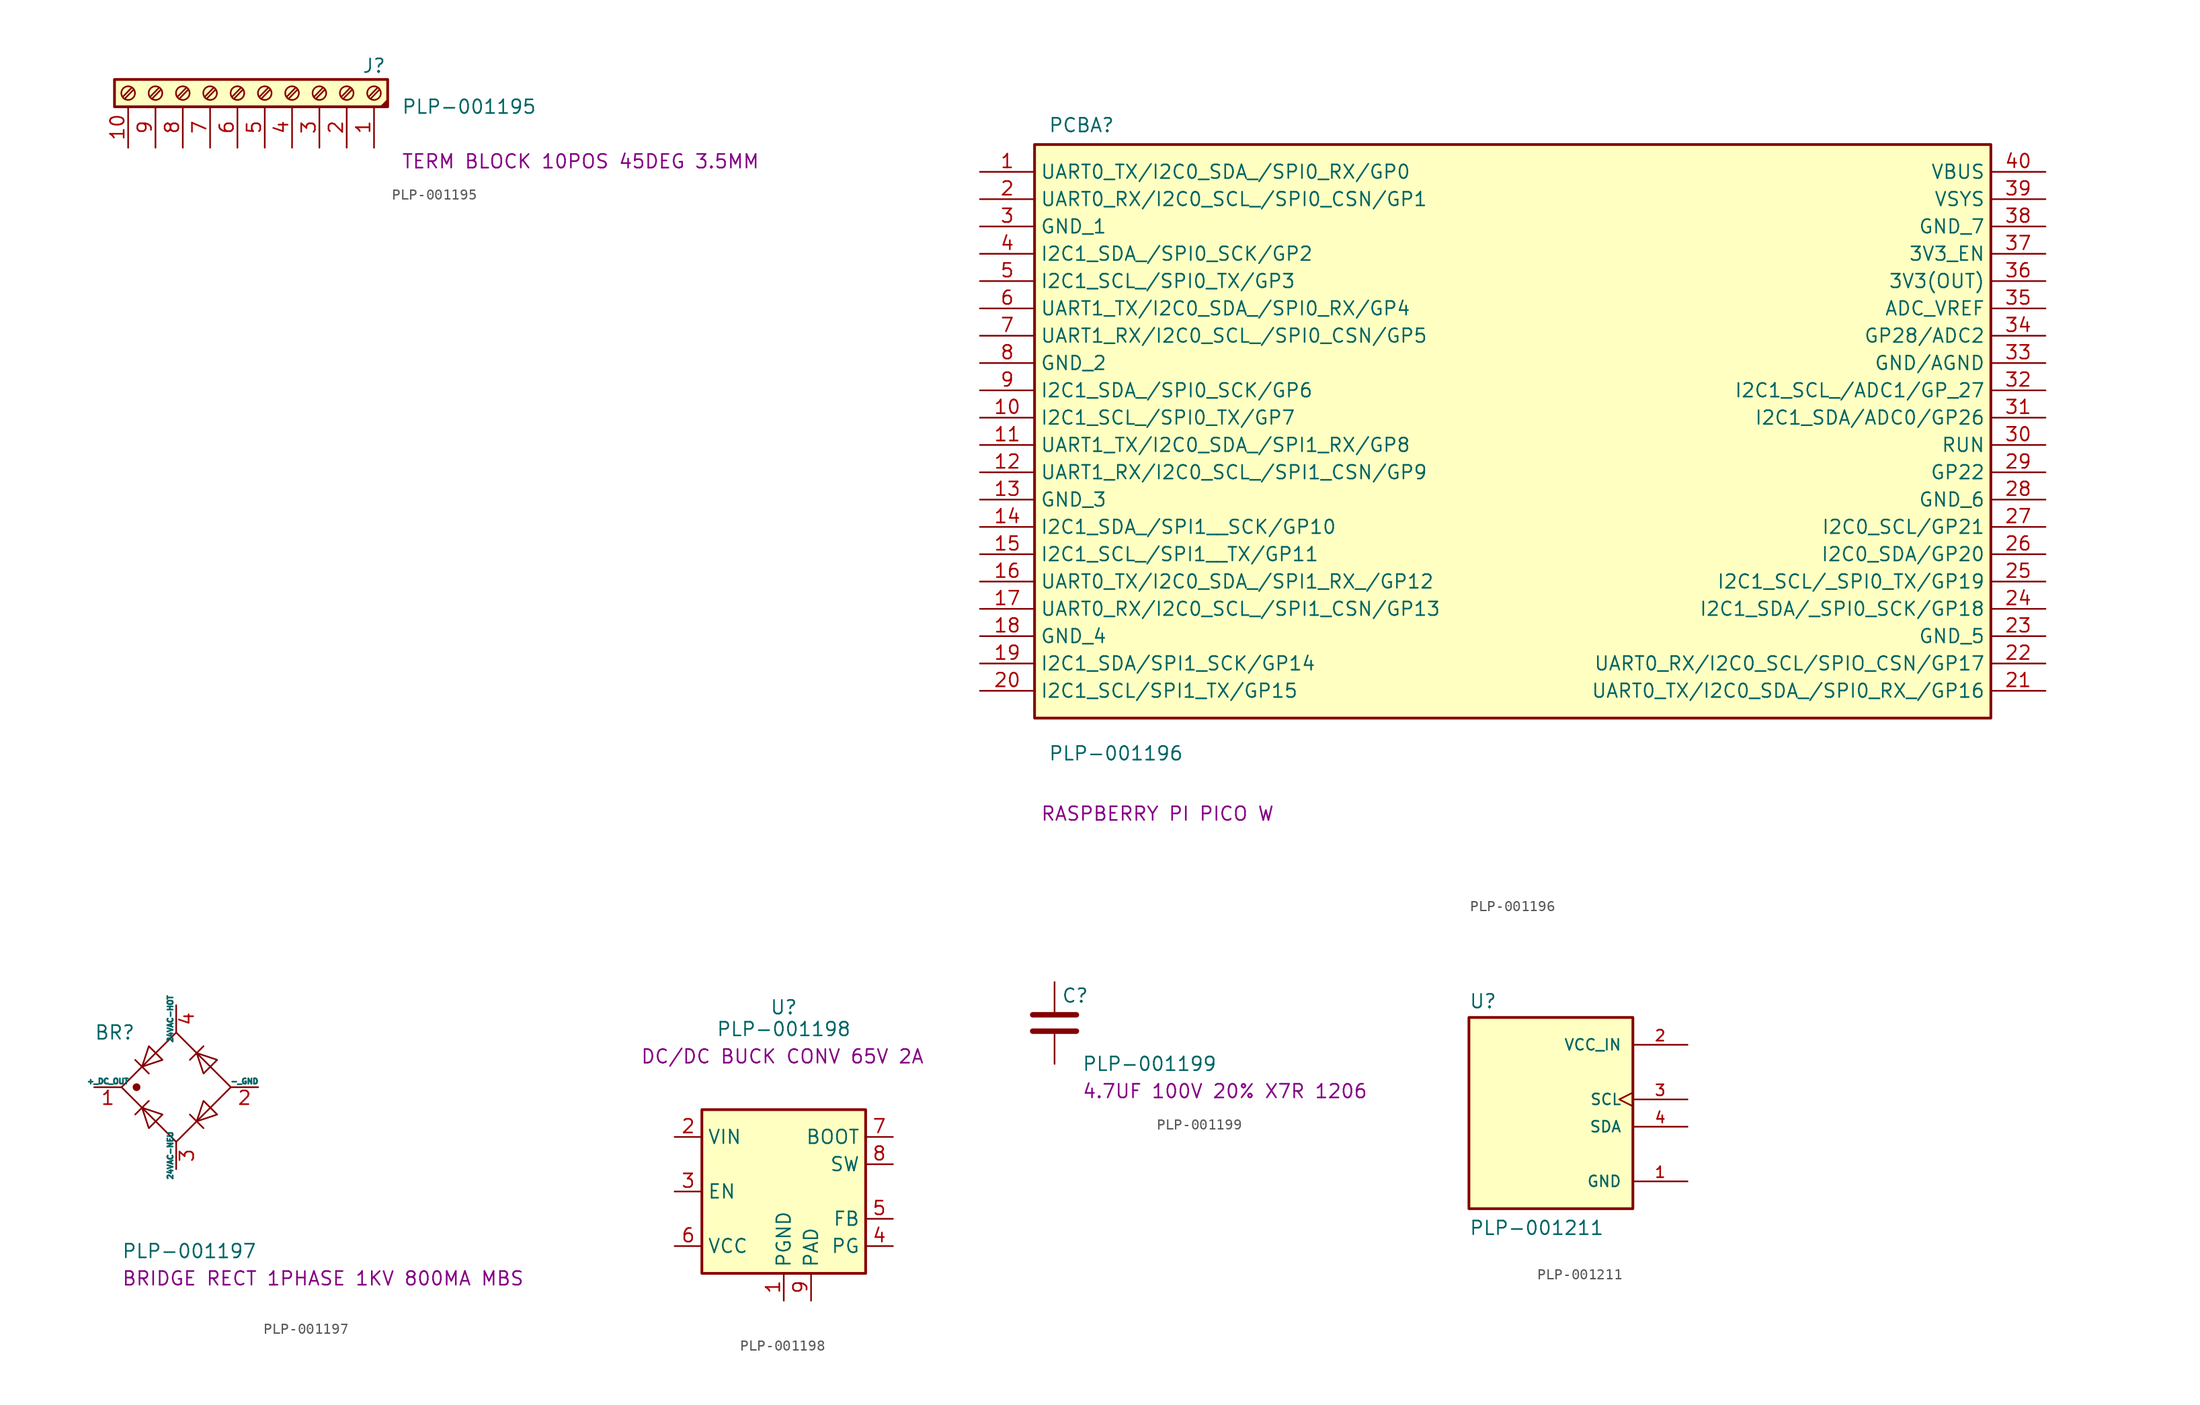
<source format=kicad_sym>
(kicad_symbol_lib
  (version 20241209)
  (generator "kicad_symbol_editor")
  (generator_version "9.0")
  (symbol "PLP-001195"
    (pin_names
      (offset 1.016)
      (hide yes))
    (property "Reference" "J"
      (at 10.16 2.54 0)
      (effects (font (size 1.27 1.27))))
    (property "Value" "PLP-001195"
      (at 12.7 -1.27 0)
      (effects (font (size 1.27 1.27)) (justify left)))
    (property "Info" "TERM BLOCK 10POS 45DEG 3.5MM"
      (at 12.7 -6.35 0)
      (effects (font (size 1.27 1.27)) (justify left)))
    (symbol "PLP-001195_0_1"
      (polyline (pts (xy 11.43 -0.635) (xy 10.795 -1.27) (xy 11.43 -0.762) (xy 11.049 -1.27) (xy 11.43 -1.016)) (stroke (width 0) (type default)) (fill (type none))))
    (symbol "PLP-001195_1_1"
      (rectangle (start -13.97 1.27) (end 11.43 -1.27) (stroke (width 0.254) (type default)) (fill (type background)))
      (polyline (pts (xy -13.208 -0.356) (xy -12.37 0.508)) (stroke (width 0.152) (type default)) (fill (type none)))
      (polyline (pts (xy -13.03 -0.533) (xy -12.192 0.33)) (stroke (width 0.152) (type default)) (fill (type none)))
      (circle (center -12.7 0) (radius 0.635) (stroke (width 0.152) (type default)) (fill (type none)))
      (polyline (pts (xy -10.668 -0.356) (xy -9.83 0.508)) (stroke (width 0.152) (type default)) (fill (type none)))
      (polyline (pts (xy -10.49 -0.533) (xy -9.652 0.33)) (stroke (width 0.152) (type default)) (fill (type none)))
      (circle (center -10.16 0) (radius 0.635) (stroke (width 0.152) (type default)) (fill (type none)))
      (polyline (pts (xy -8.128 -0.356) (xy -7.29 0.508)) (stroke (width 0.152) (type default)) (fill (type none)))
      (polyline (pts (xy -7.95 -0.533) (xy -7.112 0.33)) (stroke (width 0.152) (type default)) (fill (type none)))
      (circle (center -7.62 0) (radius 0.635) (stroke (width 0.152) (type default)) (fill (type none)))
      (polyline (pts (xy -5.588 -0.356) (xy -4.75 0.508)) (stroke (width 0.152) (type default)) (fill (type none)))
      (polyline (pts (xy -5.41 -0.533) (xy -4.572 0.33)) (stroke (width 0.152) (type default)) (fill (type none)))
      (circle (center -5.08 0) (radius 0.635) (stroke (width 0.152) (type default)) (fill (type none)))
      (polyline (pts (xy -3.048 -0.356) (xy -2.21 0.508)) (stroke (width 0.152) (type default)) (fill (type none)))
      (polyline (pts (xy -2.87 -0.533) (xy -2.032 0.33)) (stroke (width 0.152) (type default)) (fill (type none)))
      (circle (center -2.54 0) (radius 0.635) (stroke (width 0.152) (type default)) (fill (type none)))
      (polyline (pts (xy -0.508 -0.356) (xy 0.33 0.508)) (stroke (width 0.152) (type default)) (fill (type none)))
      (polyline (pts (xy -0.33 -0.533) (xy 0.508 0.33)) (stroke (width 0.152) (type default)) (fill (type none)))
      (circle (center 0 0) (radius 0.635) (stroke (width 0.152) (type default)) (fill (type none)))
      (polyline (pts (xy 2.032 -0.356) (xy 2.87 0.508)) (stroke (width 0.152) (type default)) (fill (type none)))
      (polyline (pts (xy 2.21 -0.533) (xy 3.048 0.33)) (stroke (width 0.152) (type default)) (fill (type none)))
      (circle (center 2.54 0) (radius 0.635) (stroke (width 0.152) (type default)) (fill (type none)))
      (polyline (pts (xy 4.572 -0.356) (xy 5.41 0.508)) (stroke (width 0.152) (type default)) (fill (type none)))
      (polyline (pts (xy 4.75 -0.533) (xy 5.588 0.33)) (stroke (width 0.152) (type default)) (fill (type none)))
      (circle (center 5.08 0) (radius 0.635) (stroke (width 0.152) (type default)) (fill (type none)))
      (polyline (pts (xy 7.112 -0.356) (xy 7.95 0.508)) (stroke (width 0.152) (type default)) (fill (type none)))
      (polyline (pts (xy 7.29 -0.533) (xy 8.128 0.33)) (stroke (width 0.152) (type default)) (fill (type none)))
      (circle (center 7.62 0) (radius 0.635) (stroke (width 0.152) (type default)) (fill (type none)))
      (polyline (pts (xy 9.652 -0.356) (xy 10.49 0.508)) (stroke (width 0.152) (type default)) (fill (type none)))
      (polyline (pts (xy 9.83 -0.533) (xy 10.668 0.33)) (stroke (width 0.152) (type default)) (fill (type none)))
      (circle (center 10.16 0) (radius 0.635) (stroke (width 0.152) (type default)) (fill (type none)))
      (pin passive line (at -12.7 -5.08 90) (length 3.81) (name "Pin_10" (effects (font (size 1.27 1.27)))) (number "10" (effects (font (size 1.27 1.27)))))
      (pin passive line (at -10.16 -5.08 90) (length 3.81) (name "Pin_9" (effects (font (size 1.27 1.27)))) (number "9" (effects (font (size 1.27 1.27)))))
      (pin passive line (at -7.62 -5.08 90) (length 3.81) (name "Pin_8" (effects (font (size 1.27 1.27)))) (number "8" (effects (font (size 1.27 1.27)))))
      (pin passive line (at -5.08 -5.08 90) (length 3.81) (name "Pin_7" (effects (font (size 1.27 1.27)))) (number "7" (effects (font (size 1.27 1.27)))))
      (pin passive line (at -2.54 -5.08 90) (length 3.81) (name "Pin_6" (effects (font (size 1.27 1.27)))) (number "6" (effects (font (size 1.27 1.27)))))
      (pin passive line (at 0 -5.08 90) (length 3.81) (name "Pin_5" (effects (font (size 1.27 1.27)))) (number "5" (effects (font (size 1.27 1.27)))))
      (pin passive line (at 2.54 -5.08 90) (length 3.81) (name "Pin_4" (effects (font (size 1.27 1.27)))) (number "4" (effects (font (size 1.27 1.27)))))
      (pin passive line (at 5.08 -5.08 90) (length 3.81) (name "Pin_3" (effects (font (size 1.27 1.27)))) (number "3" (effects (font (size 1.27 1.27)))))
      (pin passive line (at 7.62 -5.08 90) (length 3.81) (name "Pin_2" (effects (font (size 1.27 1.27)))) (number "2" (effects (font (size 1.27 1.27)))))
      (pin passive line (at 10.16 -5.08 90) (length 3.81) (name "Pin_1" (effects (font (size 1.27 1.27)))) (number "1" (effects (font (size 1.27 1.27)))))))
  (symbol "PLP-001196"
    (property "Reference" "PCBA"
      (at 6.35 5.08 0)
      (effects (font (size 1.27 1.27)) (justify left top)))
    (property "Value" "PLP-001196"
      (at 6.35 -53.34 0)
      (effects (font (size 1.27 1.27)) (justify left top)))
    (property "Info" "RASPBERRY PI PICO W"
      (at 16.51 -59.69 0)
      (effects (font (size 1.27 1.27))))
    (symbol "PLP-001196_1_1"
      (rectangle (start 5.08 2.54) (end 93.98 -50.8) (stroke (width 0.254) (type default)) (fill (type background)))
      (pin passive line (at 0 0 0) (length 5.08) (name "UART0_TX/I2C0_SDA_/SPI0_RX/GP0" (effects (font (size 1.27 1.27)))) (number "1" (effects (font (size 1.27 1.27)))))
      (pin passive line (at 0 -2.54 0) (length 5.08) (name "UART0_RX/I2C0_SCL_/SPI0_CSN/GP1" (effects (font (size 1.27 1.27)))) (number "2" (effects (font (size 1.27 1.27)))))
      (pin passive line (at 0 -5.08 0) (length 5.08) (name "GND_1" (effects (font (size 1.27 1.27)))) (number "3" (effects (font (size 1.27 1.27)))))
      (pin passive line (at 0 -7.62 0) (length 5.08) (name "I2C1_SDA_/SPI0_SCK/GP2" (effects (font (size 1.27 1.27)))) (number "4" (effects (font (size 1.27 1.27)))))
      (pin passive line (at 0 -10.16 0) (length 5.08) (name "I2C1_SCL_/SPI0_TX/GP3" (effects (font (size 1.27 1.27)))) (number "5" (effects (font (size 1.27 1.27)))))
      (pin passive line (at 0 -12.7 0) (length 5.08) (name "UART1_TX/I2C0_SDA_/SPI0_RX/GP4" (effects (font (size 1.27 1.27)))) (number "6" (effects (font (size 1.27 1.27)))))
      (pin passive line (at 0 -15.24 0) (length 5.08) (name "UART1_RX/I2C0_SCL_/SPI0_CSN/GP5" (effects (font (size 1.27 1.27)))) (number "7" (effects (font (size 1.27 1.27)))))
      (pin passive line (at 0 -17.78 0) (length 5.08) (name "GND_2" (effects (font (size 1.27 1.27)))) (number "8" (effects (font (size 1.27 1.27)))))
      (pin passive line (at 0 -20.32 0) (length 5.08) (name "I2C1_SDA_/SPI0_SCK/GP6" (effects (font (size 1.27 1.27)))) (number "9" (effects (font (size 1.27 1.27)))))
      (pin passive line (at 0 -22.86 0) (length 5.08) (name "I2C1_SCL_/SPI0_TX/GP7" (effects (font (size 1.27 1.27)))) (number "10" (effects (font (size 1.27 1.27)))))
      (pin passive line (at 0 -25.4 0) (length 5.08) (name "UART1_TX/I2C0_SDA_/SPI1_RX/GP8" (effects (font (size 1.27 1.27)))) (number "11" (effects (font (size 1.27 1.27)))))
      (pin passive line (at 0 -27.94 0) (length 5.08) (name "UART1_RX/I2C0_SCL_/SPI1_CSN/GP9" (effects (font (size 1.27 1.27)))) (number "12" (effects (font (size 1.27 1.27)))))
      (pin passive line (at 0 -30.48 0) (length 5.08) (name "GND_3" (effects (font (size 1.27 1.27)))) (number "13" (effects (font (size 1.27 1.27)))))
      (pin passive line (at 0 -33.02 0) (length 5.08) (name "I2C1_SDA_/SPI1__SCK/GP10" (effects (font (size 1.27 1.27)))) (number "14" (effects (font (size 1.27 1.27)))))
      (pin passive line (at 0 -35.56 0) (length 5.08) (name "I2C1_SCL_/SPI1__TX/GP11" (effects (font (size 1.27 1.27)))) (number "15" (effects (font (size 1.27 1.27)))))
      (pin passive line (at 0 -38.1 0) (length 5.08) (name "UART0_TX/I2C0_SDA_/SPI1_RX_/GP12" (effects (font (size 1.27 1.27)))) (number "16" (effects (font (size 1.27 1.27)))))
      (pin passive line (at 0 -40.64 0) (length 5.08) (name "UART0_RX/I2C0_SCL_/SPI1_CSN/GP13" (effects (font (size 1.27 1.27)))) (number "17" (effects (font (size 1.27 1.27)))))
      (pin passive line (at 0 -43.18 0) (length 5.08) (name "GND_4" (effects (font (size 1.27 1.27)))) (number "18" (effects (font (size 1.27 1.27)))))
      (pin passive line (at 0 -45.72 0) (length 5.08) (name "I2C1_SDA/SPI1_SCK/GP14" (effects (font (size 1.27 1.27)))) (number "19" (effects (font (size 1.27 1.27)))))
      (pin passive line (at 0 -48.26 0) (length 5.08) (name "I2C1_SCL/SPI1_TX/GP15" (effects (font (size 1.27 1.27)))) (number "20" (effects (font (size 1.27 1.27)))))
      (pin passive line (at 99.06 0 180) (length 5.08) (name "VBUS" (effects (font (size 1.27 1.27)))) (number "40" (effects (font (size 1.27 1.27)))))
      (pin passive line (at 99.06 -2.54 180) (length 5.08) (name "VSYS" (effects (font (size 1.27 1.27)))) (number "39" (effects (font (size 1.27 1.27)))))
      (pin passive line (at 99.06 -5.08 180) (length 5.08) (name "GND_7" (effects (font (size 1.27 1.27)))) (number "38" (effects (font (size 1.27 1.27)))))
      (pin passive line (at 99.06 -7.62 180) (length 5.08) (name "3V3_EN" (effects (font (size 1.27 1.27)))) (number "37" (effects (font (size 1.27 1.27)))))
      (pin passive line (at 99.06 -10.16 180) (length 5.08) (name "3V3(OUT)" (effects (font (size 1.27 1.27)))) (number "36" (effects (font (size 1.27 1.27)))))
      (pin passive line (at 99.06 -12.7 180) (length 5.08) (name "ADC_VREF" (effects (font (size 1.27 1.27)))) (number "35" (effects (font (size 1.27 1.27)))))
      (pin passive line (at 99.06 -15.24 180) (length 5.08) (name "GP28/ADC2" (effects (font (size 1.27 1.27)))) (number "34" (effects (font (size 1.27 1.27)))))
      (pin passive line (at 99.06 -17.78 180) (length 5.08) (name "GND/AGND" (effects (font (size 1.27 1.27)))) (number "33" (effects (font (size 1.27 1.27)))))
      (pin passive line (at 99.06 -20.32 180) (length 5.08) (name "I2C1_SCL_/ADC1/GP_27" (effects (font (size 1.27 1.27)))) (number "32" (effects (font (size 1.27 1.27)))))
      (pin passive line (at 99.06 -22.86 180) (length 5.08) (name "I2C1_SDA/ADC0/GP26" (effects (font (size 1.27 1.27)))) (number "31" (effects (font (size 1.27 1.27)))))
      (pin passive line (at 99.06 -25.4 180) (length 5.08) (name "RUN" (effects (font (size 1.27 1.27)))) (number "30" (effects (font (size 1.27 1.27)))))
      (pin passive line (at 99.06 -27.94 180) (length 5.08) (name "GP22" (effects (font (size 1.27 1.27)))) (number "29" (effects (font (size 1.27 1.27)))))
      (pin passive line (at 99.06 -30.48 180) (length 5.08) (name "GND_6" (effects (font (size 1.27 1.27)))) (number "28" (effects (font (size 1.27 1.27)))))
      (pin passive line (at 99.06 -33.02 180) (length 5.08) (name "I2C0_SCL/GP21" (effects (font (size 1.27 1.27)))) (number "27" (effects (font (size 1.27 1.27)))))
      (pin passive line (at 99.06 -35.56 180) (length 5.08) (name "I2C0_SDA/GP20" (effects (font (size 1.27 1.27)))) (number "26" (effects (font (size 1.27 1.27)))))
      (pin passive line (at 99.06 -38.1 180) (length 5.08) (name "I2C1_SCL/_SPI0_TX/GP19" (effects (font (size 1.27 1.27)))) (number "25" (effects (font (size 1.27 1.27)))))
      (pin passive line (at 99.06 -40.64 180) (length 5.08) (name "I2C1_SDA/_SPI0_SCK/GP18" (effects (font (size 1.27 1.27)))) (number "24" (effects (font (size 1.27 1.27)))))
      (pin passive line (at 99.06 -43.18 180) (length 5.08) (name "GND_5" (effects (font (size 1.27 1.27)))) (number "23" (effects (font (size 1.27 1.27)))))
      (pin passive line (at 99.06 -45.72 180) (length 5.08) (name "UART0_RX/I2C0_SCL/SPIO_CSN/GP17" (effects (font (size 1.27 1.27)))) (number "22" (effects (font (size 1.27 1.27)))))
      (pin passive line (at 99.06 -48.26 180) (length 5.08) (name "UART0_TX/I2C0_SDA_/SPI0_RX_/GP16" (effects (font (size 1.27 1.27)))) (number "21" (effects (font (size 1.27 1.27)))))))
  (symbol "PLP-001197"
    (pin_names
      (offset 0))
    (property "Reference" "BR"
      (at -7.62 5.08 0)
      (effects (font (size 1.27 1.27)) (justify left)))
    (property "Value" "PLP-001197"
      (at -5.08 -15.24 0)
      (effects (font (size 1.27 1.27)) (justify left)))
    (property "Info" "BRIDGE RECT 1PHASE 1KV 800MA MBS"
      (at -5.08 -17.78 0)
      (effects (font (size 1.27 1.27)) (justify left)))
    (symbol "PLP-001197_0_1"
      (circle (center -3.683 0) (radius 0.284) (stroke (width 0) (type solid)) (fill (type outline)))
      (polyline (pts (xy -3.175 -1.905) (xy -1.27 -2.54) (xy -2.54 -3.81) (xy -3.175 -1.905)) (stroke (width 0) (type default)) (fill (type none)))
      (polyline (pts (xy -2.54 1.27) (xy -3.81 2.54)) (stroke (width 0) (type default)) (fill (type none)))
      (polyline (pts (xy -2.54 -1.27) (xy -3.81 -2.54)) (stroke (width 0) (type default)) (fill (type none)))
      (polyline (pts (xy -1.27 2.54) (xy -2.54 3.81) (xy -3.175 1.905) (xy -1.27 2.54)) (stroke (width 0) (type default)) (fill (type none)))
      (polyline (pts (xy 1.27 -2.54) (xy 2.54 -3.81)) (stroke (width 0) (type default)) (fill (type none)))
      (polyline (pts (xy 2.54 3.81) (xy 1.27 2.54)) (stroke (width 0) (type default)) (fill (type none)))
      (polyline (pts (xy 2.54 -1.27) (xy 3.81 -2.54) (xy 1.905 -3.175) (xy 2.54 -1.27)) (stroke (width 0) (type default)) (fill (type none)))
      (polyline (pts (xy 3.81 2.54) (xy 2.54 1.27) (xy 1.905 3.175) (xy 3.81 2.54)) (stroke (width 0) (type default)) (fill (type none)))
      (polyline (pts (xy 5.08 0) (xy 0 -5.08) (xy -5.08 0) (xy 0 5.08) (xy 5.08 0)) (stroke (width 0) (type default)) (fill (type none))))
    (symbol "PLP-001197_1_1"
      (pin passive line (at -7.62 0 0) (length 2.54) (name "+_DC_OUT" (effects (font (size 0.5 0.5)))) (number "1" (effects (font (size 1.27 1.27)))))
      (pin passive line (at 0 7.62 270) (length 2.54) (name "24VAC-HOT" (effects (font (size 0.5 0.5)))) (number "4" (effects (font (size 1.27 1.27)))))
      (pin passive line (at 0 -7.62 90) (length 2.54) (name "24VAC-NEU" (effects (font (size 0.5 0.5)))) (number "3" (effects (font (size 1.27 1.27)))))
      (pin passive line (at 7.62 0 180) (length 2.54) (name "-_GND" (effects (font (size 0.5 0.5)))) (number "2" (effects (font (size 1.27 1.27)))))))
  (symbol "PLP-001198"
    (property "Reference" "U"
      (at 0 17.145 0)
      (effects (font (size 1.27 1.27))))
    (property "Value" "PLP-001198"
      (at 0 15.113 0)
      (effects (font (size 1.27 1.27))))
    (property "Info" "DC/DC BUCK CONV 65V 2A"
      (at -0.127 12.573 0)
      (effects (font (size 1.27 1.27))))
    (symbol "PLP-001198_0_1"
      (rectangle (start -7.62 7.62) (end 7.62 -7.62) (stroke (width 0.254) (type default)) (fill (type background))))
    (symbol "PLP-001198_1_1"
      (pin power_in line (at -10.16 5.08 0) (length 2.54) (name "VIN" (effects (font (size 1.27 1.27)))) (number "2" (effects (font (size 1.27 1.27)))))
      (pin input line (at -10.16 0 0) (length 2.54) (name "EN" (effects (font (size 1.27 1.27)))) (number "3" (effects (font (size 1.27 1.27)))))
      (pin power_out line (at -10.16 -5.08 0) (length 2.54) (name "VCC" (effects (font (size 1.27 1.27)))) (number "6" (effects (font (size 1.27 1.27)))))
      (pin power_in line (at 0 -10.16 90) (length 2.54) (name "PGND" (effects (font (size 1.27 1.27)))) (number "1" (effects (font (size 1.27 1.27)))))
      (pin power_in line (at 2.54 -10.16 90) (length 2.54) (name "PAD" (effects (font (size 1.27 1.27)))) (number "9" (effects (font (size 1.27 1.27)))))
      (pin input line (at 10.16 5.08 180) (length 2.54) (name "BOOT" (effects (font (size 1.27 1.27)))) (number "7" (effects (font (size 1.27 1.27)))))
      (pin output line (at 10.16 2.54 180) (length 2.54) (name "SW" (effects (font (size 1.27 1.27)))) (number "8" (effects (font (size 1.27 1.27)))))
      (pin input line (at 10.16 -2.54 180) (length 2.54) (name "FB" (effects (font (size 1.27 1.27)))) (number "5" (effects (font (size 1.27 1.27)))))
      (pin open_collector line (at 10.16 -5.08 180) (length 2.54) (name "PG" (effects (font (size 1.27 1.27)))) (number "4" (effects (font (size 1.27 1.27)))))))
  (symbol "PLP-001199"
    (pin_numbers
      (hide yes))
    (pin_names
      (offset 0.254))
    (property "Reference" "C"
      (at 0.635 2.54 0)
      (effects (font (size 1.27 1.27)) (justify left)))
    (property "Value" "PLP-001199"
      (at 2.54 -3.81 0)
      (effects (font (size 1.27 1.27)) (justify left)))
    (property "Info" "4.7UF 100V 20% X7R 1206"
      (at 2.54 -6.35 0)
      (effects (font (size 1.27 1.27)) (justify left)))
    (symbol "PLP-001199_0_1"
      (polyline (pts (xy -2.032 0.762) (xy 2.032 0.762)) (stroke (width 0.508) (type default)) (fill (type none)))
      (polyline (pts (xy -2.032 -0.762) (xy 2.032 -0.762)) (stroke (width 0.508) (type default)) (fill (type none))))
    (symbol "PLP-001199_1_1"
      (pin passive line (at 0 3.81 270) (length 2.794) (name "~" (effects (font (size 1.27 1.27)))) (number "1" (effects (font (size 1.27 1.27)))))
      (pin passive line (at 0 -3.81 90) (length 2.794) (name "~" (effects (font (size 1.27 1.27)))) (number "2" (effects (font (size 1.27 1.27)))))))
  (symbol "PLP-001211"
    (pin_names
      (offset 1.016))
    (property "Reference" "U"
      (at -7.62 10.922 0)
      (effects (font (size 1.27 1.27)) (justify left bottom)))
    (property "Value" "PLP-001211"
      (at -7.62 -10.16 0)
      (effects (font (size 1.27 1.27)) (justify left bottom)))
    (symbol "PLP-001211_0_0"
      (rectangle (start -7.62 -7.62) (end 7.62 10.16) (stroke (width 0.254) (type default)) (fill (type background)))
      (pin power_in line (at 12.7 7.62 180) (length 5.08) (name "VCC_IN" (effects (font (size 1.016 1.016)))) (number "2" (effects (font (size 1.016 1.016)))))
      (pin input clock (at 12.7 2.54 180) (length 5.08) (name "SCL" (effects (font (size 1.016 1.016)))) (number "3" (effects (font (size 1.016 1.016)))))
      (pin bidirectional line (at 12.7 0 180) (length 5.08) (name "SDA" (effects (font (size 1.016 1.016)))) (number "4" (effects (font (size 1.016 1.016)))))
      (pin power_in line (at 12.7 -5.08 180) (length 5.08) (name "GND" (effects (font (size 1.016 1.016)))) (number "1" (effects (font (size 1.016 1.016))))))))
</source>
